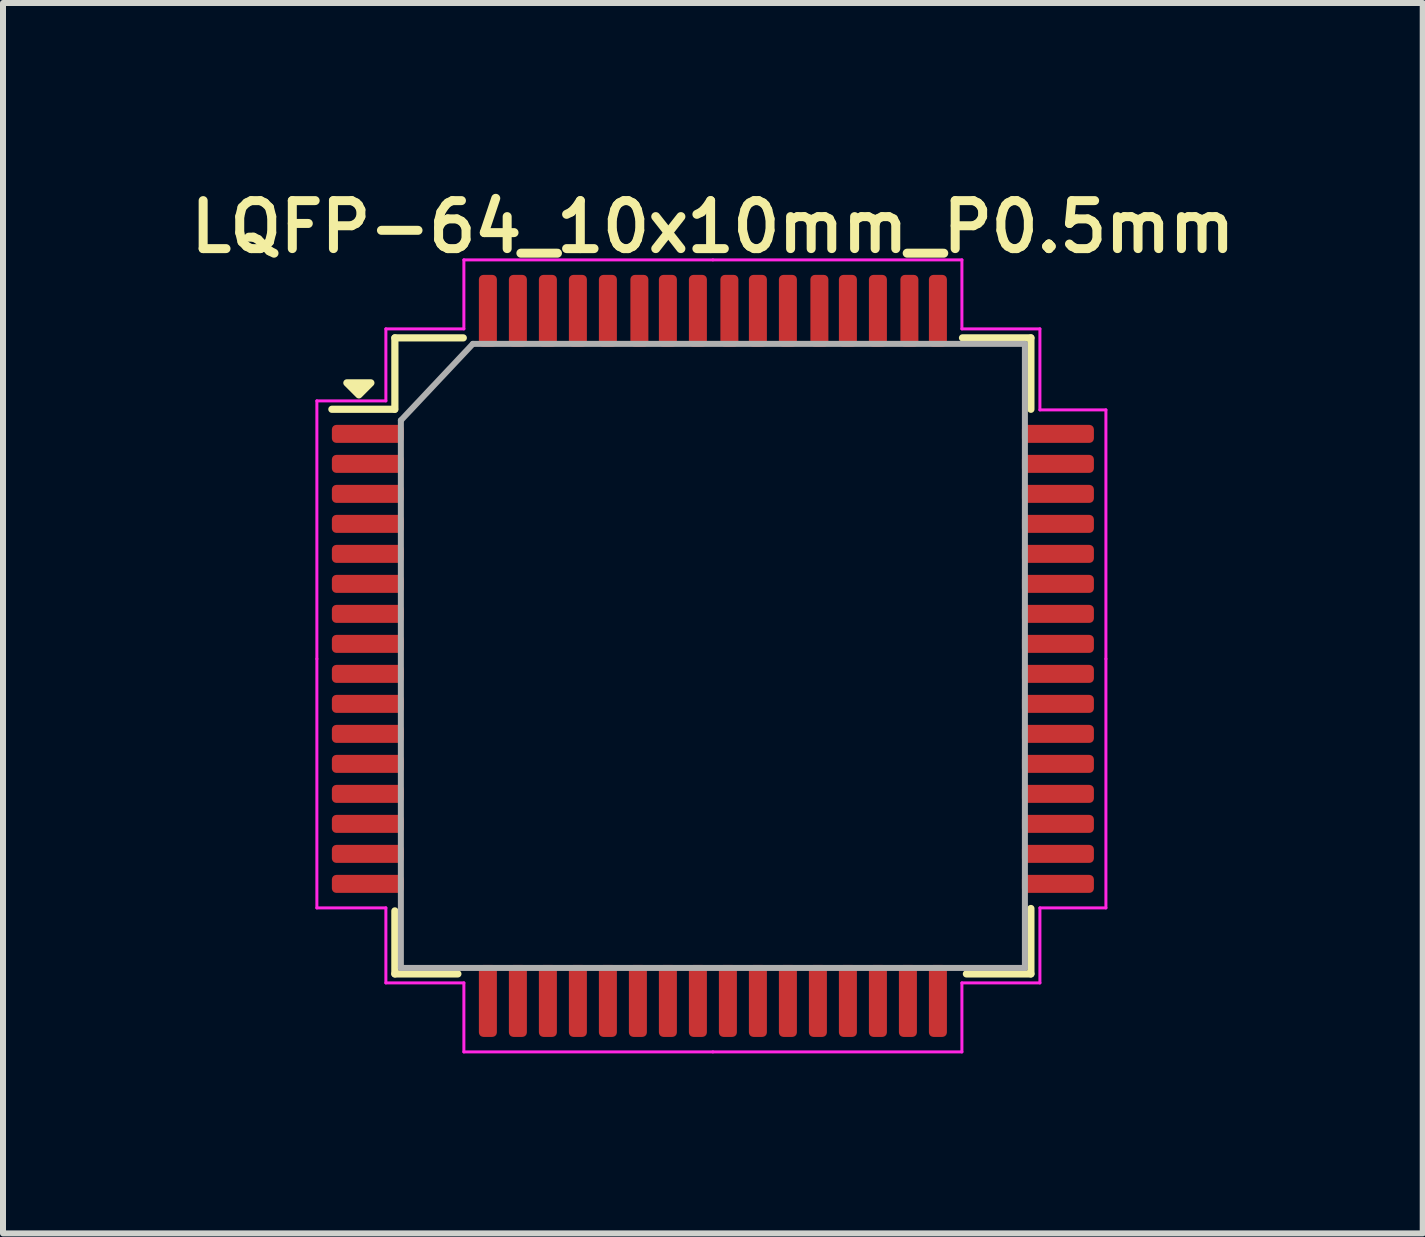
<source format=kicad_pcb>
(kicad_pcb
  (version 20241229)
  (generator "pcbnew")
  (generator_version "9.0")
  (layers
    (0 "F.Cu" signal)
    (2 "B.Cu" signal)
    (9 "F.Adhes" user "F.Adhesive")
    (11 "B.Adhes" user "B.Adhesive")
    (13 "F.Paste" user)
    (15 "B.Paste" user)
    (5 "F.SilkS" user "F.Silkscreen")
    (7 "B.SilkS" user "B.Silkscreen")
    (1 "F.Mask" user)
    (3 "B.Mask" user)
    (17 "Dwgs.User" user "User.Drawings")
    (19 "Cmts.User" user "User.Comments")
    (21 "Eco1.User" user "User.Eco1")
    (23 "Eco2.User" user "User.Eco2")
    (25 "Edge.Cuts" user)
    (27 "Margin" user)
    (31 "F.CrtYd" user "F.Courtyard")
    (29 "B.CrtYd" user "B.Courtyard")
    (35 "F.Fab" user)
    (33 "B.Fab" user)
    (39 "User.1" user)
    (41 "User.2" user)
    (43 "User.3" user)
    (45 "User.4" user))
  (footprint "LQFP-64_10x10mm_P0.5mm"
    (layer "F.Cu")
    (at 8.831 7.931)
    (property "Reference" "LQFP-64_10x10mm_P0.5mm" (at 0 -7.2 0) (layer "F.SilkS") (effects (font (size 0.8 0.8) (thickness 0.15))))
    (attr smd)
    (fp_line (start -5.305 -4.16) (end -6.35 -4.16) (stroke (width 0.12) (type solid)) (layer "F.SilkS"))
    (fp_line (start -5.3 -5.35) (end -5.3 -4.16) (stroke (width 0.12) (type solid)) (layer "F.SilkS"))
    (fp_line (start -5.3 5.25) (end -5.3 4.2) (stroke (width 0.12) (type solid)) (layer "F.SilkS"))
    (fp_line (start -4.25 5.25) (end -5.3 5.25) (stroke (width 0.12) (type solid)) (layer "F.SilkS"))
    (fp_line (start -4.16 -5.35) (end -5.3 -5.35) (stroke (width 0.12) (type solid)) (layer "F.SilkS"))
    (fp_line (start 4.16 -5.35) (end 5.3 -5.35) (stroke (width 0.12) (type solid)) (layer "F.SilkS"))
    (fp_line (start 4.225 5.25) (end 5.3 5.25) (stroke (width 0.12) (type solid)) (layer "F.SilkS"))
    (fp_line (start 5.3 -5.35) (end 5.3 -4.16) (stroke (width 0.12) (type solid)) (layer "F.SilkS"))
    (fp_line (start 5.3 5.25) (end 5.3 4.16) (stroke (width 0.12) (type solid)) (layer "F.SilkS"))
    (fp_poly (pts (xy -5.9 -4.4) (xy -5.7 -4.6) (xy -6.1 -4.6)) (stroke (width 0.12) (type solid)) (fill yes) (layer "F.SilkS"))
    (fp_line (start -6.6 -4.3) (end -6.6 0) (stroke (width 0.05) (type solid)) (layer "F.CrtYd"))
    (fp_line (start -6.6 4.15) (end -6.6 0) (stroke (width 0.05) (type solid)) (layer "F.CrtYd"))
    (fp_line (start -5.45 -5.5) (end -5.45 -4.3) (stroke (width 0.05) (type solid)) (layer "F.CrtYd"))
    (fp_line (start -5.45 -4.3) (end -6.6 -4.3) (stroke (width 0.05) (type solid)) (layer "F.CrtYd"))
    (fp_line (start -5.45 4.15) (end -6.6 4.15) (stroke (width 0.05) (type solid)) (layer "F.CrtYd"))
    (fp_line (start -5.45 5.4) (end -5.45 4.15) (stroke (width 0.05) (type solid)) (layer "F.CrtYd"))
    (fp_line (start -4.15 -6.65) (end -4.15 -5.5) (stroke (width 0.05) (type solid)) (layer "F.CrtYd"))
    (fp_line (start -4.15 -5.5) (end -5.45 -5.5) (stroke (width 0.05) (type solid)) (layer "F.CrtYd"))
    (fp_line (start -4.15 5.4) (end -5.45 5.4) (stroke (width 0.05) (type solid)) (layer "F.CrtYd"))
    (fp_line (start -4.15 6.55) (end -4.15 5.4) (stroke (width 0.05) (type solid)) (layer "F.CrtYd"))
    (fp_line (start 0 -6.65) (end -4.15 -6.65) (stroke (width 0.05) (type solid)) (layer "F.CrtYd"))
    (fp_line (start 0 -6.65) (end 4.15 -6.65) (stroke (width 0.05) (type solid)) (layer "F.CrtYd"))
    (fp_line (start 0 6.55) (end -4.15 6.55) (stroke (width 0.05) (type solid)) (layer "F.CrtYd"))
    (fp_line (start 0 6.55) (end 4.15 6.55) (stroke (width 0.05) (type solid)) (layer "F.CrtYd"))
    (fp_line (start 4.15 -6.65) (end 4.15 -5.5) (stroke (width 0.05) (type solid)) (layer "F.CrtYd"))
    (fp_line (start 4.15 -5.5) (end 5.45 -5.5) (stroke (width 0.05) (type solid)) (layer "F.CrtYd"))
    (fp_line (start 4.15 5.4) (end 5.45 5.4) (stroke (width 0.05) (type solid)) (layer "F.CrtYd"))
    (fp_line (start 4.15 6.55) (end 4.15 5.4) (stroke (width 0.05) (type solid)) (layer "F.CrtYd"))
    (fp_line (start 5.45 -5.5) (end 5.45 -4.15) (stroke (width 0.05) (type solid)) (layer "F.CrtYd"))
    (fp_line (start 5.45 -4.15) (end 6.55 -4.15) (stroke (width 0.05) (type solid)) (layer "F.CrtYd"))
    (fp_line (start 5.45 4.15) (end 6.55 4.15) (stroke (width 0.05) (type solid)) (layer "F.CrtYd"))
    (fp_line (start 5.45 5.4) (end 5.45 4.15) (stroke (width 0.05) (type solid)) (layer "F.CrtYd"))
    (fp_line (start 6.55 -4.15) (end 6.55 0) (stroke (width 0.05) (type solid)) (layer "F.CrtYd"))
    (fp_line (start 6.55 4.15) (end 6.55 0) (stroke (width 0.05) (type solid)) (layer "F.CrtYd"))
    (fp_line (start -5.2 -3.975) (end -4 -5.25) (stroke (width 0.1) (type solid)) (layer "F.Fab"))
    (fp_line (start -5.2 5.15) (end -5.2 -3.975) (stroke (width 0.1) (type solid)) (layer "F.Fab"))
    (fp_line (start -4 -5.25) (end 5.2 -5.25) (stroke (width 0.1) (type solid)) (layer "F.Fab"))
    (fp_line (start 5.2 -5.25) (end 5.2 5.15) (stroke (width 0.1) (type solid)) (layer "F.Fab"))
    (fp_line (start 5.2 5.15) (end -5.2 5.15) (stroke (width 0.1) (type solid)) (layer "F.Fab"))
    (pad "1" smd roundrect (at -5.75 -3.75) (size 1.2 0.3) (layers "F.Cu" "F.Mask" "F.Paste") (roundrect_rratio 0.25))
    (pad "2" smd roundrect (at -5.75 -3.25 90) (size 0.3 1.2) (layers "F.Cu" "F.Mask" "F.Paste") (roundrect_rratio 0.25))
    (pad "3" smd roundrect (at -5.75 -2.75 90) (size 0.3 1.2) (layers "F.Cu" "F.Mask" "F.Paste") (roundrect_rratio 0.25))
    (pad "4" smd roundrect (at -5.75 -2.25 90) (size 0.3 1.2) (layers "F.Cu" "F.Mask" "F.Paste") (roundrect_rratio 0.25))
    (pad "5" smd roundrect (at -5.75 -1.75 90) (size 0.3 1.2) (layers "F.Cu" "F.Mask" "F.Paste") (roundrect_rratio 0.25))
    (pad "6" smd roundrect (at -5.75 -1.25 90) (size 0.3 1.2) (layers "F.Cu" "F.Mask" "F.Paste") (roundrect_rratio 0.25))
    (pad "7" smd roundrect (at -5.75 -0.75 90) (size 0.3 1.2) (layers "F.Cu" "F.Mask" "F.Paste") (roundrect_rratio 0.25))
    (pad "8" smd roundrect (at -5.75 -0.25 90) (size 0.3 1.2) (layers "F.Cu" "F.Mask" "F.Paste") (roundrect_rratio 0.25))
    (pad "9" smd roundrect (at -5.75 0.25 90) (size 0.3 1.2) (layers "F.Cu" "F.Mask" "F.Paste") (roundrect_rratio 0.25))
    (pad "10" smd roundrect (at -5.75 0.75 90) (size 0.3 1.2) (layers "F.Cu" "F.Mask" "F.Paste") (roundrect_rratio 0.25))
    (pad "11" smd roundrect (at -5.75 1.25 90) (size 0.3 1.2) (layers "F.Cu" "F.Mask" "F.Paste") (roundrect_rratio 0.25))
    (pad "12" smd roundrect (at -5.75 1.75 90) (size 0.3 1.2) (layers "F.Cu" "F.Mask" "F.Paste") (roundrect_rratio 0.25))
    (pad "13" smd roundrect (at -5.75 2.25 90) (size 0.3 1.2) (layers "F.Cu" "F.Mask" "F.Paste") (roundrect_rratio 0.25))
    (pad "14" smd roundrect (at -5.75 2.75 90) (size 0.3 1.2) (layers "F.Cu" "F.Mask" "F.Paste") (roundrect_rratio 0.25))
    (pad "15" smd roundrect (at -5.75 3.25 90) (size 0.3 1.2) (layers "F.Cu" "F.Mask" "F.Paste") (roundrect_rratio 0.25))
    (pad "16" smd roundrect (at -5.75 3.75 90) (size 0.3 1.2) (layers "F.Cu" "F.Mask" "F.Paste") (roundrect_rratio 0.25))
    (pad "17" smd roundrect (at -3.75 5.7) (size 0.3 1.2) (layers "F.Cu" "F.Mask" "F.Paste") (roundrect_rratio 0.25))
    (pad "18" smd roundrect (at -3.25 5.7) (size 0.3 1.2) (layers "F.Cu" "F.Mask" "F.Paste") (roundrect_rratio 0.25))
    (pad "19" smd roundrect (at -2.75 5.7) (size 0.3 1.2) (layers "F.Cu" "F.Mask" "F.Paste") (roundrect_rratio 0.25))
    (pad "20" smd roundrect (at -2.25 5.7) (size 0.3 1.2) (layers "F.Cu" "F.Mask" "F.Paste") (roundrect_rratio 0.25))
    (pad "21" smd roundrect (at -1.75 5.7) (size 0.3 1.2) (layers "F.Cu" "F.Mask" "F.Paste") (roundrect_rratio 0.25))
    (pad "22" smd roundrect (at -1.25 5.7) (size 0.3 1.2) (layers "F.Cu" "F.Mask" "F.Paste") (roundrect_rratio 0.25))
    (pad "23" smd roundrect (at -0.75 5.7) (size 0.3 1.2) (layers "F.Cu" "F.Mask" "F.Paste") (roundrect_rratio 0.25))
    (pad "24" smd roundrect (at -0.25 5.7) (size 0.3 1.2) (layers "F.Cu" "F.Mask" "F.Paste") (roundrect_rratio 0.25))
    (pad "25" smd roundrect (at 0.25 5.7) (size 0.3 1.2) (layers "F.Cu" "F.Mask" "F.Paste") (roundrect_rratio 0.25))
    (pad "26" smd roundrect (at 0.75 5.7) (size 0.3 1.2) (layers "F.Cu" "F.Mask" "F.Paste") (roundrect_rratio 0.25))
    (pad "27" smd roundrect (at 1.25 5.7) (size 0.3 1.2) (layers "F.Cu" "F.Mask" "F.Paste") (roundrect_rratio 0.25))
    (pad "28" smd roundrect (at 1.75 5.7) (size 0.3 1.2) (layers "F.Cu" "F.Mask" "F.Paste") (roundrect_rratio 0.25))
    (pad "29" smd roundrect (at 2.25 5.7) (size 0.3 1.2) (layers "F.Cu" "F.Mask" "F.Paste") (roundrect_rratio 0.25))
    (pad "30" smd roundrect (at 2.75 5.7) (size 0.3 1.2) (layers "F.Cu" "F.Mask" "F.Paste") (roundrect_rratio 0.25))
    (pad "31" smd roundrect (at 3.25 5.7) (size 0.3 1.2) (layers "F.Cu" "F.Mask" "F.Paste") (roundrect_rratio 0.25))
    (pad "32" smd roundrect (at 3.75 5.7) (size 0.3 1.2) (layers "F.Cu" "F.Mask" "F.Paste") (roundrect_rratio 0.25))
    (pad "33" smd roundrect (at 5.75 3.75) (size 1.2 0.3) (layers "F.Cu" "F.Mask" "F.Paste") (roundrect_rratio 0.25))
    (pad "34" smd roundrect (at 5.75 3.25 90) (size 0.3 1.2) (layers "F.Cu" "F.Mask" "F.Paste") (roundrect_rratio 0.25))
    (pad "35" smd roundrect (at 5.75 2.75 90) (size 0.3 1.2) (layers "F.Cu" "F.Mask" "F.Paste") (roundrect_rratio 0.25))
    (pad "36" smd roundrect (at 5.75 2.25 90) (size 0.3 1.2) (layers "F.Cu" "F.Mask" "F.Paste") (roundrect_rratio 0.25))
    (pad "37" smd roundrect (at 5.75 1.75 90) (size 0.3 1.2) (layers "F.Cu" "F.Mask" "F.Paste") (roundrect_rratio 0.25))
    (pad "38" smd roundrect (at 5.75 1.25 90) (size 0.3 1.2) (layers "F.Cu" "F.Mask" "F.Paste") (roundrect_rratio 0.25))
    (pad "39" smd roundrect (at 5.75 0.75 90) (size 0.3 1.2) (layers "F.Cu" "F.Mask" "F.Paste") (roundrect_rratio 0.25))
    (pad "40" smd roundrect (at 5.75 0.25 90) (size 0.3 1.2) (layers "F.Cu" "F.Mask" "F.Paste") (roundrect_rratio 0.25))
    (pad "41" smd roundrect (at 5.75 -0.25 90) (size 0.3 1.2) (layers "F.Cu" "F.Mask" "F.Paste") (roundrect_rratio 0.25))
    (pad "42" smd roundrect (at 5.75 -0.75 90) (size 0.3 1.2) (layers "F.Cu" "F.Mask" "F.Paste") (roundrect_rratio 0.25))
    (pad "43" smd roundrect (at 5.75 -1.25 90) (size 0.3 1.2) (layers "F.Cu" "F.Mask" "F.Paste") (roundrect_rratio 0.25))
    (pad "44" smd roundrect (at 5.75 -1.75 90) (size 0.3 1.2) (layers "F.Cu" "F.Mask" "F.Paste") (roundrect_rratio 0.25))
    (pad "45" smd roundrect (at 5.75 -2.25 90) (size 0.3 1.2) (layers "F.Cu" "F.Mask" "F.Paste") (roundrect_rratio 0.25))
    (pad "46" smd roundrect (at 5.75 -2.75 90) (size 0.3 1.2) (layers "F.Cu" "F.Mask" "F.Paste") (roundrect_rratio 0.25))
    (pad "47" smd roundrect (at 5.75 -3.25 90) (size 0.3 1.2) (layers "F.Cu" "F.Mask" "F.Paste") (roundrect_rratio 0.25))
    (pad "48" smd roundrect (at 5.75 -3.75) (size 1.2 0.3) (layers "F.Cu" "F.Mask" "F.Paste") (roundrect_rratio 0.25))
    (pad "49" smd roundrect (at 3.75 -5.8) (size 0.3 1.2) (layers "F.Cu" "F.Mask" "F.Paste") (roundrect_rratio 0.25))
    (pad "50" smd roundrect (at 3.275 -5.8) (size 0.3 1.2) (layers "F.Cu" "F.Mask" "F.Paste") (roundrect_rratio 0.25))
    (pad "51" smd roundrect (at 2.75 -5.8) (size 0.3 1.2) (layers "F.Cu" "F.Mask" "F.Paste") (roundrect_rratio 0.25))
    (pad "52" smd roundrect (at 2.25 -5.8) (size 0.3 1.2) (layers "F.Cu" "F.Mask" "F.Paste") (roundrect_rratio 0.25))
    (pad "53" smd roundrect (at 1.775 -5.8) (size 0.3 1.2) (layers "F.Cu" "F.Mask" "F.Paste") (roundrect_rratio 0.25))
    (pad "54" smd roundrect (at 1.25 -5.8) (size 0.3 1.2) (layers "F.Cu" "F.Mask" "F.Paste") (roundrect_rratio 0.25))
    (pad "55" smd roundrect (at 0.75 -5.8) (size 0.3 1.2) (layers "F.Cu" "F.Mask" "F.Paste") (roundrect_rratio 0.25))
    (pad "56" smd roundrect (at 0.275 -5.8) (size 0.3 1.2) (layers "F.Cu" "F.Mask" "F.Paste") (roundrect_rratio 0.25))
    (pad "57" smd roundrect (at -0.25 -5.8) (size 0.3 1.2) (layers "F.Cu" "F.Mask" "F.Paste") (roundrect_rratio 0.25))
    (pad "58" smd roundrect (at -0.75 -5.8) (size 0.3 1.2) (layers "F.Cu" "F.Mask" "F.Paste") (roundrect_rratio 0.25))
    (pad "59" smd roundrect (at -1.225 -5.8) (size 0.3 1.2) (layers "F.Cu" "F.Mask" "F.Paste") (roundrect_rratio 0.25))
    (pad "60" smd roundrect (at -1.75 -5.8) (size 0.3 1.2) (layers "F.Cu" "F.Mask" "F.Paste") (roundrect_rratio 0.25))
    (pad "61" smd roundrect (at -2.25 -5.8) (size 0.3 1.2) (layers "F.Cu" "F.Mask" "F.Paste") (roundrect_rratio 0.25))
    (pad "62" smd roundrect (at -2.75 -5.8) (size 0.3 1.2) (layers "F.Cu" "F.Mask" "F.Paste") (roundrect_rratio 0.25))
    (pad "63" smd roundrect (at -3.25 -5.8) (size 0.3 1.2) (layers "F.Cu" "F.Mask" "F.Paste") (roundrect_rratio 0.25))
    (pad "64" smd roundrect (at -3.75 -5.8) (size 0.3 1.2) (layers "F.Cu" "F.Mask" "F.Paste") (roundrect_rratio 0.25)))
  (gr_rect
    (start -3 -3)
    (end 20.661 17.506)
    (stroke (width 0.1) (type default))
    (fill no)
    (layer "Edge.Cuts")))
</source>
